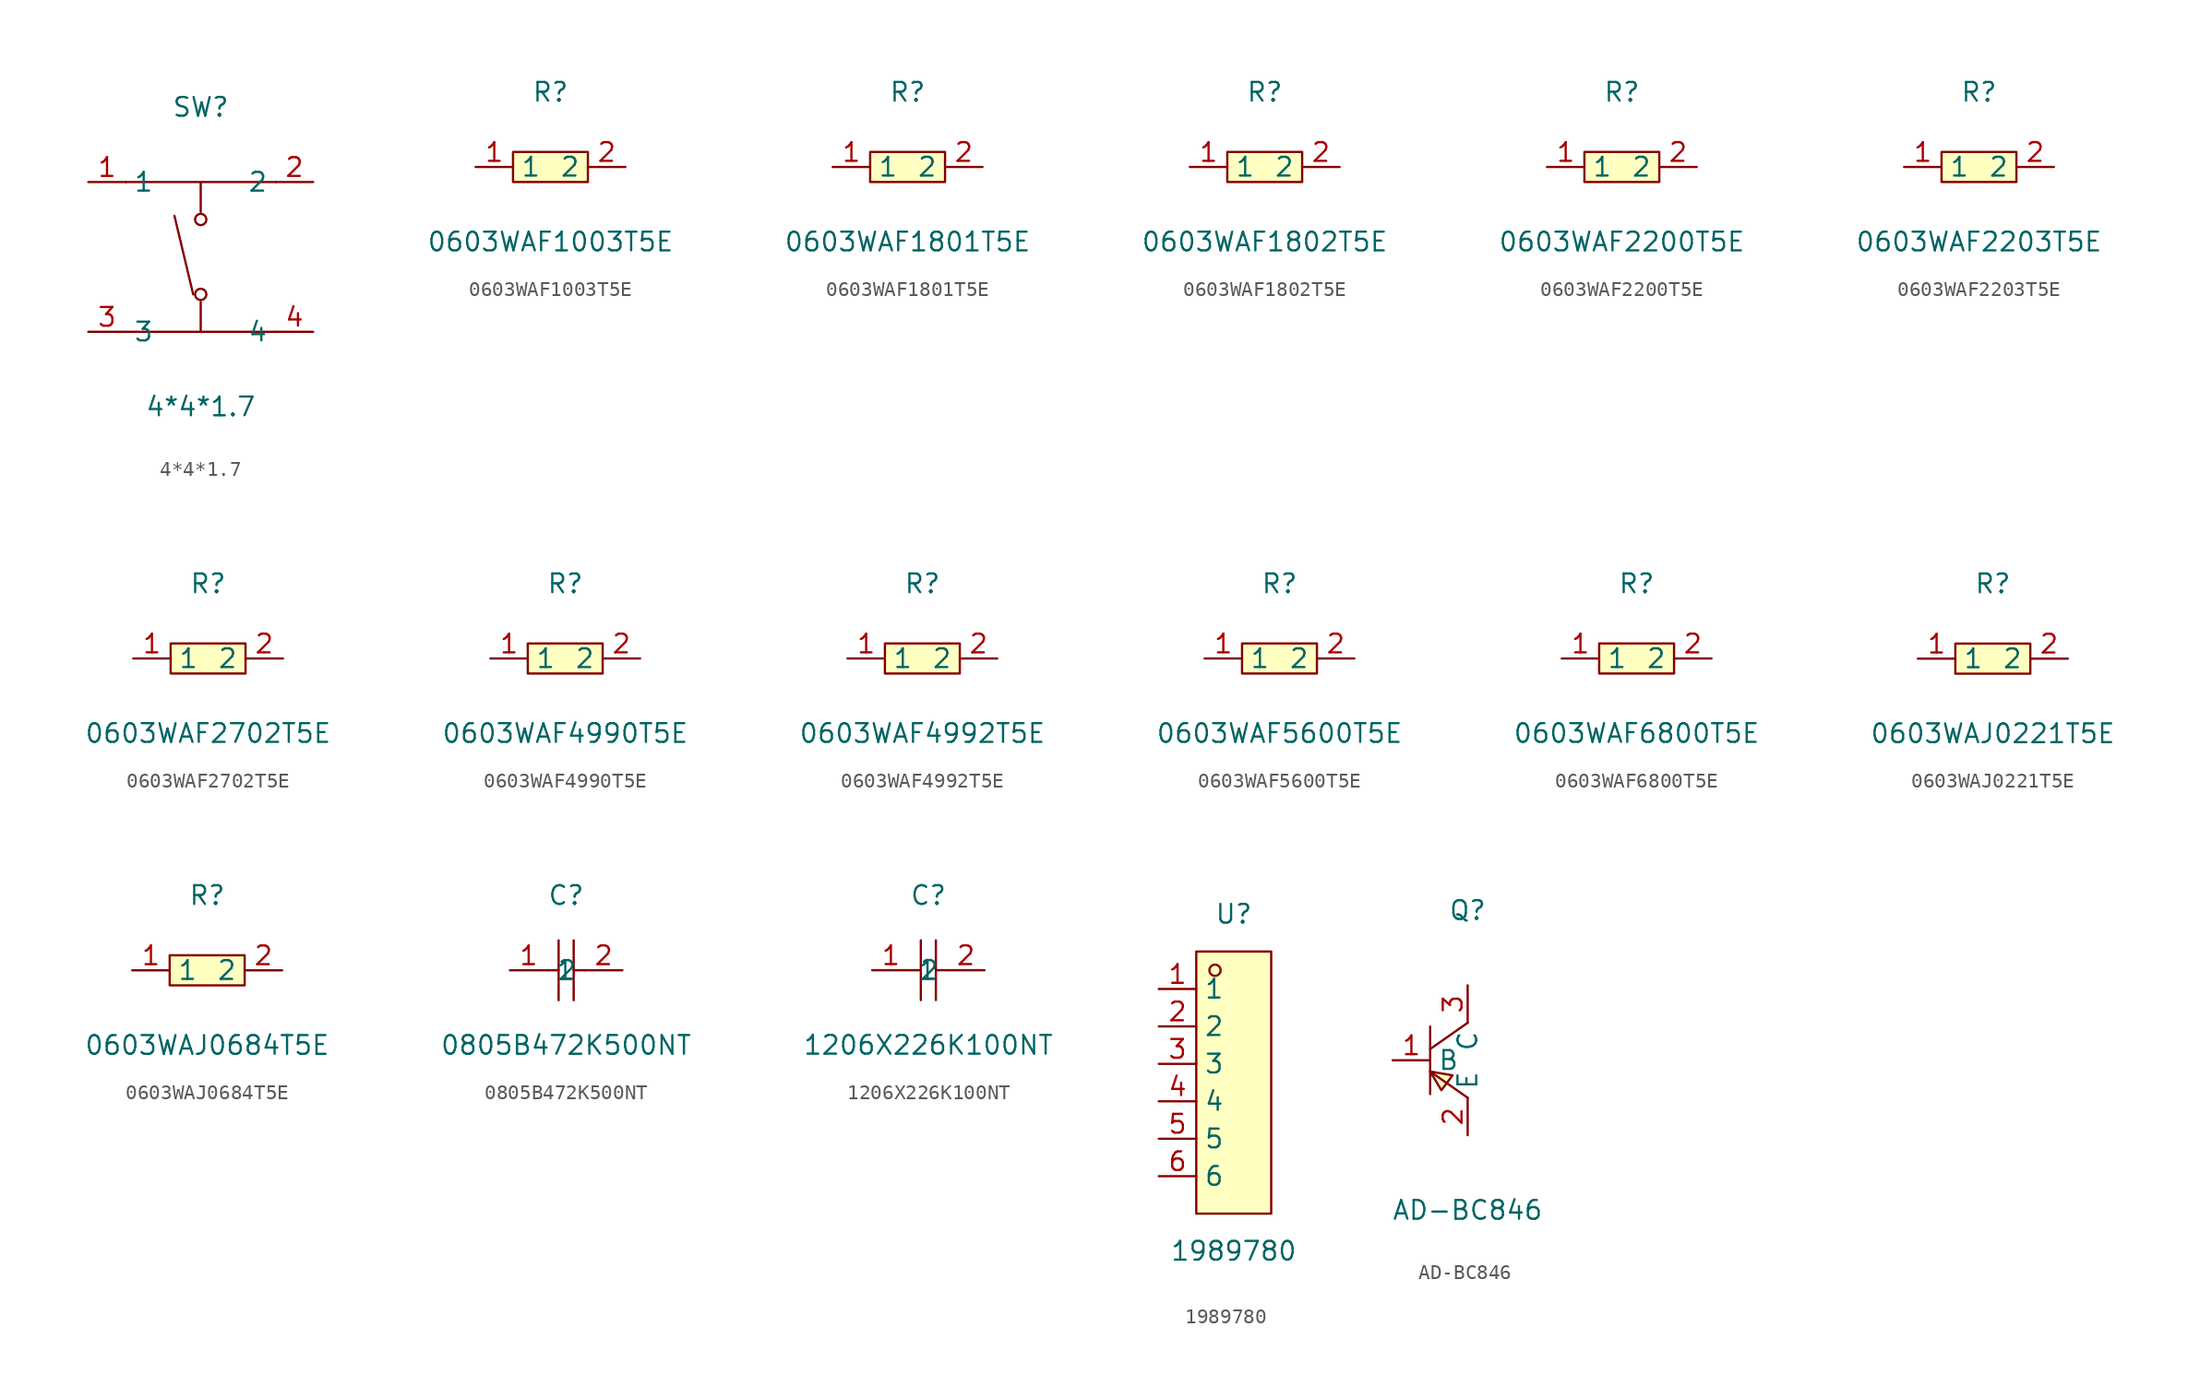
<source format=kicad_sym>
(kicad_symbol_lib
  (version 20211014)
  (generator https://github.com/uPesy/easyeda2kicad.py)
  (symbol "4*4*1.7"
    (property "Reference" "SW"
      (at 0 8.89 0)
      (effects (font (size 1.27 1.27))))
    (property "Value" "4*4*1.7"
      (at 0 -11.43 0)
      (effects (font (size 1.27 1.27))))
    (symbol "4*4*1.7_0_1"
      (circle (center 0.00 -3.81) (radius 0.38) (stroke (width 0) (type default) (color 0 0 0 0)) (fill (type none)))
      (circle (center 0.00 1.27) (radius 0.38) (stroke (width 0) (type default) (color 0 0 0 0)) (fill (type none)))
      (polyline (pts (xy 0.00 1.78) (xy 0.00 3.81)) (stroke (width 0) (type default) (color 0 0 0 0)) (fill (type none)))
      (polyline (pts (xy 0.00 -4.32) (xy 0.00 -6.35)) (stroke (width 0) (type default) (color 0 0 0 0)) (fill (type none)))
      (polyline (pts (xy -0.51 -3.81) (xy -1.78 1.52)) (stroke (width 0) (type default) (color 0 0 0 0)) (fill (type none)))
      (polyline (pts (xy -5.08 -6.35) (xy 5.08 -6.35)) (stroke (width 0) (type default) (color 0 0 0 0)) (fill (type none)))
      (polyline (pts (xy -5.08 3.81) (xy 5.08 3.81)) (stroke (width 0) (type default) (color 0 0 0 0)) (fill (type none)))
      (pin unspecified line (at -7.62 3.81 0) (length 2.54) (name "1" (effects (font (size 1.27 1.27)))) (number "1" (effects (font (size 1.27 1.27)))))
      (pin unspecified line (at 7.62 3.81 180) (length 2.54) (name "2" (effects (font (size 1.27 1.27)))) (number "2" (effects (font (size 1.27 1.27)))))
      (pin unspecified line (at -7.62 -6.35 0) (length 2.54) (name "3" (effects (font (size 1.27 1.27)))) (number "3" (effects (font (size 1.27 1.27)))))
      (pin unspecified line (at 7.62 -6.35 180) (length 2.54) (name "4" (effects (font (size 1.27 1.27)))) (number "4" (effects (font (size 1.27 1.27)))))))
  (symbol "0603WAF1003T5E"
    (property "Reference" "R"
      (at 0 5.08 0)
      (effects (font (size 1.27 1.27))))
    (property "Value" "0603WAF1003T5E"
      (at 0 -5.08 0)
      (effects (font (size 1.27 1.27))))
    (symbol "0603WAF1003T5E_0_1"
      (rectangle (start -2.54 1.02) (end 2.54 -1.02) (stroke (width 0) (type default) (color 0 0 0 0)) (fill (type background)))
      (pin input line (at 5.08 -0.00 180) (length 2.54) (name "2" (effects (font (size 1.27 1.27)))) (number "2" (effects (font (size 1.27 1.27)))))
      (pin input line (at -5.08 -0.00 0) (length 2.54) (name "1" (effects (font (size 1.27 1.27)))) (number "1" (effects (font (size 1.27 1.27)))))))
  (symbol "0603WAF1801T5E"
    (property "Reference" "R"
      (at 0 5.08 0)
      (effects (font (size 1.27 1.27))))
    (property "Value" "0603WAF1801T5E"
      (at 0 -5.08 0)
      (effects (font (size 1.27 1.27))))
    (symbol "0603WAF1801T5E_0_1"
      (rectangle (start -2.54 1.02) (end 2.54 -1.02) (stroke (width 0) (type default) (color 0 0 0 0)) (fill (type background)))
      (pin input line (at 5.08 -0.00 180) (length 2.54) (name "2" (effects (font (size 1.27 1.27)))) (number "2" (effects (font (size 1.27 1.27)))))
      (pin input line (at -5.08 -0.00 0) (length 2.54) (name "1" (effects (font (size 1.27 1.27)))) (number "1" (effects (font (size 1.27 1.27)))))))
  (symbol "0603WAF1802T5E"
    (property "Reference" "R"
      (at 0 5.08 0)
      (effects (font (size 1.27 1.27))))
    (property "Value" "0603WAF1802T5E"
      (at 0 -5.08 0)
      (effects (font (size 1.27 1.27))))
    (symbol "0603WAF1802T5E_0_1"
      (rectangle (start -2.54 1.02) (end 2.54 -1.02) (stroke (width 0) (type default) (color 0 0 0 0)) (fill (type background)))
      (pin input line (at 5.08 -0.00 180) (length 2.54) (name "2" (effects (font (size 1.27 1.27)))) (number "2" (effects (font (size 1.27 1.27)))))
      (pin input line (at -5.08 -0.00 0) (length 2.54) (name "1" (effects (font (size 1.27 1.27)))) (number "1" (effects (font (size 1.27 1.27)))))))
  (symbol "0603WAF2200T5E"
    (property "Reference" "R"
      (at 0 5.08 0)
      (effects (font (size 1.27 1.27))))
    (property "Value" "0603WAF2200T5E"
      (at 0 -5.08 0)
      (effects (font (size 1.27 1.27))))
    (symbol "0603WAF2200T5E_0_1"
      (rectangle (start -2.54 1.02) (end 2.54 -1.02) (stroke (width 0) (type default) (color 0 0 0 0)) (fill (type background)))
      (pin input line (at 5.08 -0.00 180) (length 2.54) (name "2" (effects (font (size 1.27 1.27)))) (number "2" (effects (font (size 1.27 1.27)))))
      (pin input line (at -5.08 -0.00 0) (length 2.54) (name "1" (effects (font (size 1.27 1.27)))) (number "1" (effects (font (size 1.27 1.27)))))))
  (symbol "0603WAF2203T5E"
    (property "Reference" "R"
      (at 0 5.08 0)
      (effects (font (size 1.27 1.27))))
    (property "Value" "0603WAF2203T5E"
      (at 0 -5.08 0)
      (effects (font (size 1.27 1.27))))
    (symbol "0603WAF2203T5E_0_1"
      (rectangle (start -2.54 1.02) (end 2.54 -1.02) (stroke (width 0) (type default) (color 0 0 0 0)) (fill (type background)))
      (pin input line (at 5.08 -0.00 180) (length 2.54) (name "2" (effects (font (size 1.27 1.27)))) (number "2" (effects (font (size 1.27 1.27)))))
      (pin input line (at -5.08 -0.00 0) (length 2.54) (name "1" (effects (font (size 1.27 1.27)))) (number "1" (effects (font (size 1.27 1.27)))))))
  (symbol "0603WAF2702T5E"
    (property "Reference" "R"
      (at 0 5.08 0)
      (effects (font (size 1.27 1.27))))
    (property "Value" "0603WAF2702T5E"
      (at 0 -5.08 0)
      (effects (font (size 1.27 1.27))))
    (symbol "0603WAF2702T5E_0_1"
      (rectangle (start -2.54 1.02) (end 2.54 -1.02) (stroke (width 0) (type default) (color 0 0 0 0)) (fill (type background)))
      (pin input line (at 5.08 -0.00 180) (length 2.54) (name "2" (effects (font (size 1.27 1.27)))) (number "2" (effects (font (size 1.27 1.27)))))
      (pin input line (at -5.08 -0.00 0) (length 2.54) (name "1" (effects (font (size 1.27 1.27)))) (number "1" (effects (font (size 1.27 1.27)))))))
  (symbol "0603WAF4990T5E"
    (property "Reference" "R"
      (at 0 5.08 0)
      (effects (font (size 1.27 1.27))))
    (property "Value" "0603WAF4990T5E"
      (at 0 -5.08 0)
      (effects (font (size 1.27 1.27))))
    (symbol "0603WAF4990T5E_0_1"
      (rectangle (start -2.54 1.02) (end 2.54 -1.02) (stroke (width 0) (type default) (color 0 0 0 0)) (fill (type background)))
      (pin input line (at 5.08 -0.00 180) (length 2.54) (name "2" (effects (font (size 1.27 1.27)))) (number "2" (effects (font (size 1.27 1.27)))))
      (pin input line (at -5.08 -0.00 0) (length 2.54) (name "1" (effects (font (size 1.27 1.27)))) (number "1" (effects (font (size 1.27 1.27)))))))
  (symbol "0603WAF4992T5E"
    (property "Reference" "R"
      (at 0 5.08 0)
      (effects (font (size 1.27 1.27))))
    (property "Value" "0603WAF4992T5E"
      (at 0 -5.08 0)
      (effects (font (size 1.27 1.27))))
    (symbol "0603WAF4992T5E_0_1"
      (rectangle (start -2.54 1.02) (end 2.54 -1.02) (stroke (width 0) (type default) (color 0 0 0 0)) (fill (type background)))
      (pin input line (at 5.08 -0.00 180) (length 2.54) (name "2" (effects (font (size 1.27 1.27)))) (number "2" (effects (font (size 1.27 1.27)))))
      (pin input line (at -5.08 -0.00 0) (length 2.54) (name "1" (effects (font (size 1.27 1.27)))) (number "1" (effects (font (size 1.27 1.27)))))))
  (symbol "0603WAF5600T5E"
    (property "Reference" "R"
      (at 0 5.08 0)
      (effects (font (size 1.27 1.27))))
    (property "Value" "0603WAF5600T5E"
      (at 0 -5.08 0)
      (effects (font (size 1.27 1.27))))
    (symbol "0603WAF5600T5E_0_1"
      (rectangle (start -2.54 1.02) (end 2.54 -1.02) (stroke (width 0) (type default) (color 0 0 0 0)) (fill (type background)))
      (pin input line (at 5.08 -0.00 180) (length 2.54) (name "2" (effects (font (size 1.27 1.27)))) (number "2" (effects (font (size 1.27 1.27)))))
      (pin input line (at -5.08 -0.00 0) (length 2.54) (name "1" (effects (font (size 1.27 1.27)))) (number "1" (effects (font (size 1.27 1.27)))))))
  (symbol "0603WAF6800T5E"
    (property "Reference" "R"
      (at 0 5.08 0)
      (effects (font (size 1.27 1.27))))
    (property "Value" "0603WAF6800T5E"
      (at 0 -5.08 0)
      (effects (font (size 1.27 1.27))))
    (symbol "0603WAF6800T5E_0_1"
      (rectangle (start -2.54 1.02) (end 2.54 -1.02) (stroke (width 0) (type default) (color 0 0 0 0)) (fill (type background)))
      (pin input line (at 5.08 -0.00 180) (length 2.54) (name "2" (effects (font (size 1.27 1.27)))) (number "2" (effects (font (size 1.27 1.27)))))
      (pin input line (at -5.08 -0.00 0) (length 2.54) (name "1" (effects (font (size 1.27 1.27)))) (number "1" (effects (font (size 1.27 1.27)))))))
  (symbol "0603WAJ0221T5E"
    (property "Reference" "R"
      (at 0 5.08 0)
      (effects (font (size 1.27 1.27))))
    (property "Value" "0603WAJ0221T5E"
      (at 0 -5.08 0)
      (effects (font (size 1.27 1.27))))
    (symbol "0603WAJ0221T5E_0_1"
      (rectangle (start -2.54 1.02) (end 2.54 -1.02) (stroke (width 0) (type default) (color 0 0 0 0)) (fill (type background)))
      (pin input line (at 5.08 -0.00 180) (length 2.54) (name "2" (effects (font (size 1.27 1.27)))) (number "2" (effects (font (size 1.27 1.27)))))
      (pin input line (at -5.08 -0.00 0) (length 2.54) (name "1" (effects (font (size 1.27 1.27)))) (number "1" (effects (font (size 1.27 1.27)))))))
  (symbol "0603WAJ0684T5E"
    (property "Reference" "R"
      (at 0 5.08 0)
      (effects (font (size 1.27 1.27))))
    (property "Value" "0603WAJ0684T5E"
      (at 0 -5.08 0)
      (effects (font (size 1.27 1.27))))
    (symbol "0603WAJ0684T5E_0_1"
      (rectangle (start -2.54 1.02) (end 2.54 -1.02) (stroke (width 0) (type default) (color 0 0 0 0)) (fill (type background)))
      (pin input line (at 5.08 -0.00 180) (length 2.54) (name "2" (effects (font (size 1.27 1.27)))) (number "2" (effects (font (size 1.27 1.27)))))
      (pin input line (at -5.08 -0.00 0) (length 2.54) (name "1" (effects (font (size 1.27 1.27)))) (number "1" (effects (font (size 1.27 1.27)))))))
  (symbol "0805B472K500NT"
    (property "Reference" "C"
      (at 0 5.08 0)
      (effects (font (size 1.27 1.27))))
    (property "Value" "0805B472K500NT"
      (at 0 -5.08 0)
      (effects (font (size 1.27 1.27))))
    (symbol "0805B472K500NT_0_1"
      (polyline (pts (xy -0.51 2.03) (xy -0.51 -2.03)) (stroke (width 0) (type default) (color 0 0 0 0)) (fill (type none)))
      (polyline (pts (xy 0.51 2.03) (xy 0.51 -2.03)) (stroke (width 0) (type default) (color 0 0 0 0)) (fill (type none)))
      (polyline (pts (xy -1.27 -0.00) (xy -0.51 -0.00)) (stroke (width 0) (type default) (color 0 0 0 0)) (fill (type none)))
      (polyline (pts (xy 0.51 -0.00) (xy 1.27 -0.00)) (stroke (width 0) (type default) (color 0 0 0 0)) (fill (type none)))
      (pin input line (at -3.81 -0.00 0) (length 2.54) (name "1" (effects (font (size 1.27 1.27)))) (number "1" (effects (font (size 1.27 1.27)))))
      (pin input line (at 3.81 -0.00 180) (length 2.54) (name "2" (effects (font (size 1.27 1.27)))) (number "2" (effects (font (size 1.27 1.27)))))))
  (symbol "1206X226K100NT"
    (property "Reference" "C"
      (at 0 5.08 0)
      (effects (font (size 1.27 1.27))))
    (property "Value" "1206X226K100NT"
      (at 0 -5.08 0)
      (effects (font (size 1.27 1.27))))
    (symbol "1206X226K100NT_0_1"
      (polyline (pts (xy -0.51 2.03) (xy -0.51 -2.03)) (stroke (width 0) (type default) (color 0 0 0 0)) (fill (type none)))
      (polyline (pts (xy 0.51 2.03) (xy 0.51 -2.03)) (stroke (width 0) (type default) (color 0 0 0 0)) (fill (type none)))
      (polyline (pts (xy -1.27 -0.00) (xy -0.51 -0.00)) (stroke (width 0) (type default) (color 0 0 0 0)) (fill (type none)))
      (polyline (pts (xy 0.51 -0.00) (xy 1.27 -0.00)) (stroke (width 0) (type default) (color 0 0 0 0)) (fill (type none)))
      (pin input line (at -3.81 -0.00 0) (length 2.54) (name "1" (effects (font (size 1.27 1.27)))) (number "1" (effects (font (size 1.27 1.27)))))
      (pin input line (at 3.81 -0.00 180) (length 2.54) (name "2" (effects (font (size 1.27 1.27)))) (number "2" (effects (font (size 1.27 1.27)))))))
  (symbol "1989780"
    (property "Reference" "U"
      (at 0 11.43 0)
      (effects (font (size 1.27 1.27))))
    (property "Value" "1989780"
      (at 0 -11.43 0)
      (effects (font (size 1.27 1.27))))
    (symbol "1989780_0_1"
      (rectangle (start -2.54 8.89) (end 2.54 -8.89) (stroke (width 0) (type default) (color 0 0 0 0)) (fill (type background)))
      (circle (center -1.27 7.62) (radius 0.38) (stroke (width 0) (type default) (color 0 0 0 0)) (fill (type none)))
      (pin unspecified line (at -5.08 6.35 0) (length 2.54) (name "1" (effects (font (size 1.27 1.27)))) (number "1" (effects (font (size 1.27 1.27)))))
      (pin unspecified line (at -5.08 3.81 0) (length 2.54) (name "2" (effects (font (size 1.27 1.27)))) (number "2" (effects (font (size 1.27 1.27)))))
      (pin unspecified line (at -5.08 1.27 0) (length 2.54) (name "3" (effects (font (size 1.27 1.27)))) (number "3" (effects (font (size 1.27 1.27)))))
      (pin unspecified line (at -5.08 -1.27 0) (length 2.54) (name "4" (effects (font (size 1.27 1.27)))) (number "4" (effects (font (size 1.27 1.27)))))
      (pin unspecified line (at -5.08 -3.81 0) (length 2.54) (name "5" (effects (font (size 1.27 1.27)))) (number "5" (effects (font (size 1.27 1.27)))))
      (pin unspecified line (at -5.08 -6.35 0) (length 2.54) (name "6" (effects (font (size 1.27 1.27)))) (number "6" (effects (font (size 1.27 1.27)))))))
  (symbol "AD-BC846"
    (property "Reference" "Q"
      (at 0 10.16 0)
      (effects (font (size 1.27 1.27))))
    (property "Value" "AD-BC846"
      (at 0 -10.16 0)
      (effects (font (size 1.27 1.27))))
    (symbol "AD-BC846_0_1"
      (polyline (pts (xy -2.54 2.29) (xy -2.54 -2.29)) (stroke (width 0) (type default) (color 0 0 0 0)) (fill (type none)))
      (polyline (pts (xy -2.54 -0.76) (xy 0.00 -2.54)) (stroke (width 0) (type default) (color 0 0 0 0)) (fill (type none)))
      (polyline (pts (xy 0.00 2.54) (xy -2.54 0.76)) (stroke (width 0) (type default) (color 0 0 0 0)) (fill (type none)))
      (polyline (pts (xy -2.54 -0.76) (xy -1.78 -2.03) (xy -1.02 -1.02) (xy -2.54 -0.76)) (stroke (width 0) (type default) (color 0 0 0 0)) (fill (type background)))
      (pin unspecified line (at 0.00 -5.08 90) (length 2.54) (name "E" (effects (font (size 1.27 1.27)))) (number "2" (effects (font (size 1.27 1.27)))))
      (pin unspecified line (at -5.08 -0.00 0) (length 2.54) (name "B" (effects (font (size 1.27 1.27)))) (number "1" (effects (font (size 1.27 1.27)))))
      (pin unspecified line (at 0.00 5.08 270) (length 2.54) (name "C" (effects (font (size 1.27 1.27)))) (number "3" (effects (font (size 1.27 1.27))))))))
</source>
